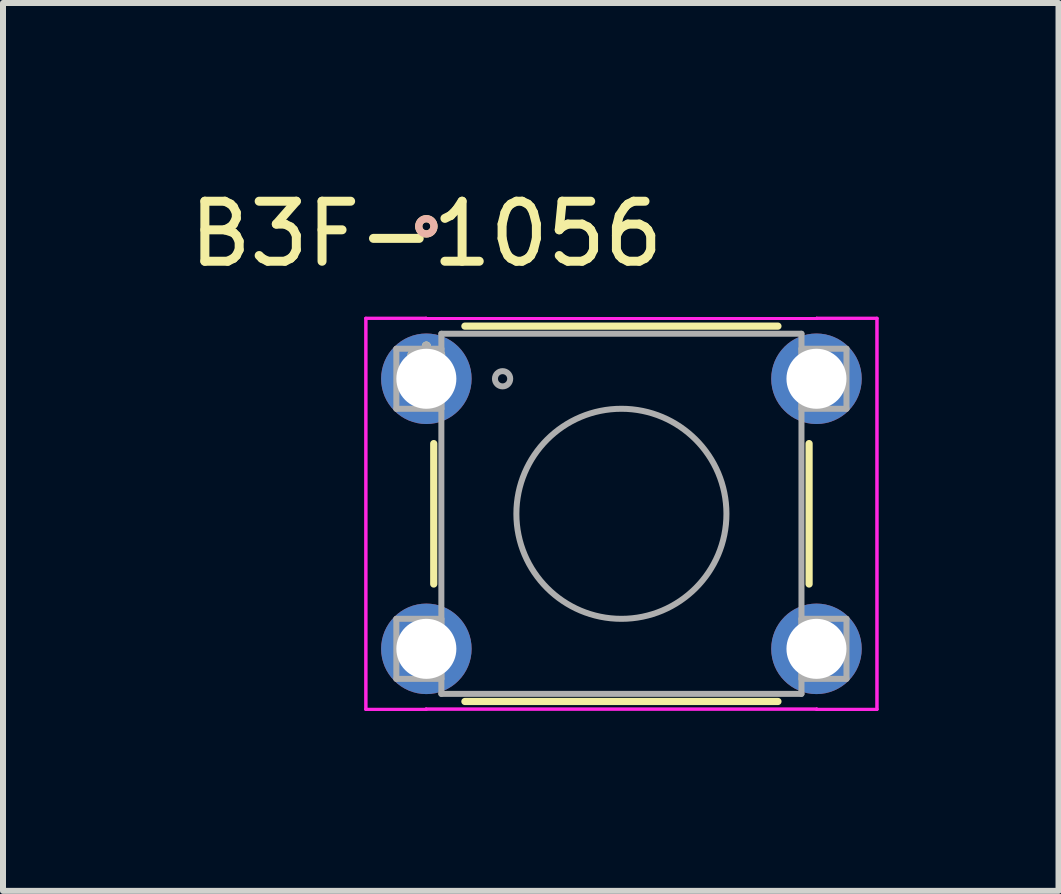
<source format=kicad_pcb>
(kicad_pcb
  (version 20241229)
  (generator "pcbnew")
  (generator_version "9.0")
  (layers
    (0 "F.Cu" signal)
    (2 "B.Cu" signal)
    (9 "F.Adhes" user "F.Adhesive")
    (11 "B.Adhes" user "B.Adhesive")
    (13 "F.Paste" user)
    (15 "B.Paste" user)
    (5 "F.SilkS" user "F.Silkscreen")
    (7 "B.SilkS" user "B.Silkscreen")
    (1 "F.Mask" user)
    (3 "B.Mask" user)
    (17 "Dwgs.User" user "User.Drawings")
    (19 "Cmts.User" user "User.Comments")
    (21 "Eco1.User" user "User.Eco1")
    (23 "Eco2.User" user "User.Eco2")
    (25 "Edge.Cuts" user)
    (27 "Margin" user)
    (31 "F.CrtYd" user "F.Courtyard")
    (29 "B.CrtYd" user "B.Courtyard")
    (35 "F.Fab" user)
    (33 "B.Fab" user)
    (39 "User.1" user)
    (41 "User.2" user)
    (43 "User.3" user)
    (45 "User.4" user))
  (footprint "B3F-1056"
    (layer "F.Cu")
    (at 4.054 3.261)
    (property "Reference" "B3F-1056" (at 0 -2.413 0) (layer "F.SilkS") (effects (font (size 1 1) (thickness 0.15))))
    (attr through_hole)
    (fp_line (start 0.123 1.08) (end 0.123 3.42) (stroke (width 0.12) (type solid)) (layer "F.SilkS"))
    (fp_line (start 0.642 5.377) (end 5.858 5.377) (stroke (width 0.12) (type solid)) (layer "F.SilkS"))
    (fp_line (start 5.858 -0.877) (end 0.642 -0.877) (stroke (width 0.12) (type solid)) (layer "F.SilkS"))
    (fp_line (start 6.377 3.42) (end 6.377 1.08) (stroke (width 0.12) (type solid)) (layer "F.SilkS"))
    (fp_circle (center 0 -2.54) (end 0.127 -2.54) (stroke (width 0.12) (type solid)) (fill no) (layer "F.SilkS"))
    (fp_circle (center 0 -2.54) (end 0.127 -2.54) (stroke (width 0.12) (type solid)) (fill no) (layer "B.SilkS"))
    (fp_line (start -1.008 -1.008) (end -0.004 -1.008) (stroke (width 0.05) (type solid)) (layer "F.CrtYd"))
    (fp_line (start -1.008 -1.008) (end -0.004 -1.008) (stroke (width 0.05) (type solid)) (layer "F.CrtYd"))
    (fp_line (start -1.008 5.508) (end -1.008 -1.008) (stroke (width 0.05) (type solid)) (layer "F.CrtYd"))
    (fp_line (start -1.008 5.508) (end -1.008 -1.008) (stroke (width 0.05) (type solid)) (layer "F.CrtYd"))
    (fp_line (start -1.008 5.508) (end -0.004 5.508) (stroke (width 0.05) (type solid)) (layer "F.CrtYd"))
    (fp_line (start -0.004 -1.008) (end -0.004 -1.004) (stroke (width 0.05) (type solid)) (layer "F.CrtYd"))
    (fp_line (start -0.004 -1.008) (end -0.004 -1.004) (stroke (width 0.05) (type solid)) (layer "F.CrtYd"))
    (fp_line (start -0.004 -1.004) (end 6.504 -1.004) (stroke (width 0.05) (type solid)) (layer "F.CrtYd"))
    (fp_line (start -0.004 -1.004) (end 6.504 -1.004) (stroke (width 0.05) (type solid)) (layer "F.CrtYd"))
    (fp_line (start -0.004 5.504) (end -0.004 5.508) (stroke (width 0.05) (type solid)) (layer "F.CrtYd"))
    (fp_line (start -0.004 5.504) (end -0.004 5.508) (stroke (width 0.05) (type solid)) (layer "F.CrtYd"))
    (fp_line (start -0.004 5.508) (end -1.008 5.508) (stroke (width 0.05) (type solid)) (layer "F.CrtYd"))
    (fp_line (start 6.504 -1.008) (end 7.508 -1.008) (stroke (width 0.05) (type solid)) (layer "F.CrtYd"))
    (fp_line (start 6.504 -1.004) (end 6.504 -1.008) (stroke (width 0.05) (type solid)) (layer "F.CrtYd"))
    (fp_line (start 6.504 -1.004) (end 6.504 -1.008) (stroke (width 0.05) (type solid)) (layer "F.CrtYd"))
    (fp_line (start 6.504 5.504) (end -0.004 5.504) (stroke (width 0.05) (type solid)) (layer "F.CrtYd"))
    (fp_line (start 6.504 5.504) (end -0.004 5.504) (stroke (width 0.05) (type solid)) (layer "F.CrtYd"))
    (fp_line (start 6.504 5.508) (end 6.504 5.504) (stroke (width 0.05) (type solid)) (layer "F.CrtYd"))
    (fp_line (start 6.504 5.508) (end 6.504 5.504) (stroke (width 0.05) (type solid)) (layer "F.CrtYd"))
    (fp_line (start 7.508 -1.008) (end 6.504 -1.008) (stroke (width 0.05) (type solid)) (layer "F.CrtYd"))
    (fp_line (start 7.508 -1.008) (end 7.508 5.508) (stroke (width 0.05) (type solid)) (layer "F.CrtYd"))
    (fp_line (start 7.508 -1.008) (end 7.508 5.508) (stroke (width 0.05) (type solid)) (layer "F.CrtYd"))
    (fp_line (start 7.508 5.508) (end 6.504 5.508) (stroke (width 0.05) (type solid)) (layer "F.CrtYd"))
    (fp_line (start 7.508 5.508) (end 6.504 5.508) (stroke (width 0.05) (type solid)) (layer "F.CrtYd"))
    (fp_line (start -0.5 -0.5) (end -0.5 0.5) (stroke (width 0.1) (type solid)) (layer "F.Fab"))
    (fp_line (start -0.5 0.5) (end 0.25 0.5) (stroke (width 0.1) (type solid)) (layer "F.Fab"))
    (fp_line (start -0.5 4) (end -0.5 5) (stroke (width 0.1) (type solid)) (layer "F.Fab"))
    (fp_line (start -0.5 5) (end 0.25 5) (stroke (width 0.1) (type solid)) (layer "F.Fab"))
    (fp_line (start 0.25 -0.75) (end 0.25 5.25) (stroke (width 0.1) (type solid)) (layer "F.Fab"))
    (fp_line (start 0.25 5.25) (end 6.25 5.25) (stroke (width 0.1) (type solid)) (layer "F.Fab"))
    (fp_line (start 0.25 -0.5) (end -0.5 -0.5) (stroke (width 0.1) (type solid)) (layer "F.Fab"))
    (fp_line (start 0.25 0.5) (end 0.25 -0.5) (stroke (width 0.1) (type solid)) (layer "F.Fab"))
    (fp_line (start 0.25 4) (end -0.5 4) (stroke (width 0.1) (type solid)) (layer "F.Fab"))
    (fp_line (start 0.25 5) (end 0.25 4) (stroke (width 0.1) (type solid)) (layer "F.Fab"))
    (fp_line (start 6.25 -0.5) (end 6.25 0.5) (stroke (width 0.1) (type solid)) (layer "F.Fab"))
    (fp_line (start 6.25 0.5) (end 7 0.5) (stroke (width 0.1) (type solid)) (layer "F.Fab"))
    (fp_line (start 6.25 4) (end 6.25 5) (stroke (width 0.1) (type solid)) (layer "F.Fab"))
    (fp_line (start 6.25 5) (end 7 5) (stroke (width 0.1) (type solid)) (layer "F.Fab"))
    (fp_line (start 6.25 -0.75) (end 0.25 -0.75) (stroke (width 0.1) (type solid)) (layer "F.Fab"))
    (fp_line (start 6.25 5.25) (end 6.25 -0.75) (stroke (width 0.1) (type solid)) (layer "F.Fab"))
    (fp_line (start 7 -0.5) (end 6.25 -0.5) (stroke (width 0.1) (type solid)) (layer "F.Fab"))
    (fp_line (start 7 0.5) (end 7 -0.5) (stroke (width 0.1) (type solid)) (layer "F.Fab"))
    (fp_line (start 7 4) (end 6.25 4) (stroke (width 0.1) (type solid)) (layer "F.Fab"))
    (fp_line (start 7 5) (end 7 4) (stroke (width 0.1) (type solid)) (layer "F.Fab"))
    (fp_circle (center 1.27 0) (end 1.397 0) (stroke (width 0.1) (type solid)) (fill no) (layer "F.Fab"))
    (fp_circle (center 3.25 2.25) (end 5 2.25) (stroke (width 0.1) (type solid)) (fill no) (layer "F.Fab"))
    (fp_text user "*" (at 0 0 0) (layer "F.SilkS") (effects (font (size 1 1) (thickness 0.15))))
    (fp_text user "*" (at 0 0 0) (layer "F.Fab") (effects (font (size 1 1) (thickness 0.15))))
    (pad "1" thru_hole circle (at 0 0) (size 1.508 1.508) (drill 1) (layers "*.Cu" "*.Mask"))
    (pad "2" thru_hole circle (at 6.5 0) (size 1.508 1.508) (drill 1) (layers "*.Cu" "*.Mask"))
    (pad "3" thru_hole circle (at 0 4.5) (size 1.508 1.508) (drill 1) (layers "*.Cu" "*.Mask"))
    (pad "4" thru_hole circle (at 6.5 4.5) (size 1.508 1.508) (drill 1) (layers "*.Cu" "*.Mask")))
  (gr_rect
    (start -3 -3)
    (end 14.587 11.794)
    (stroke (width 0.1) (type default))
    (fill no)
    (layer "Edge.Cuts")))
</source>
